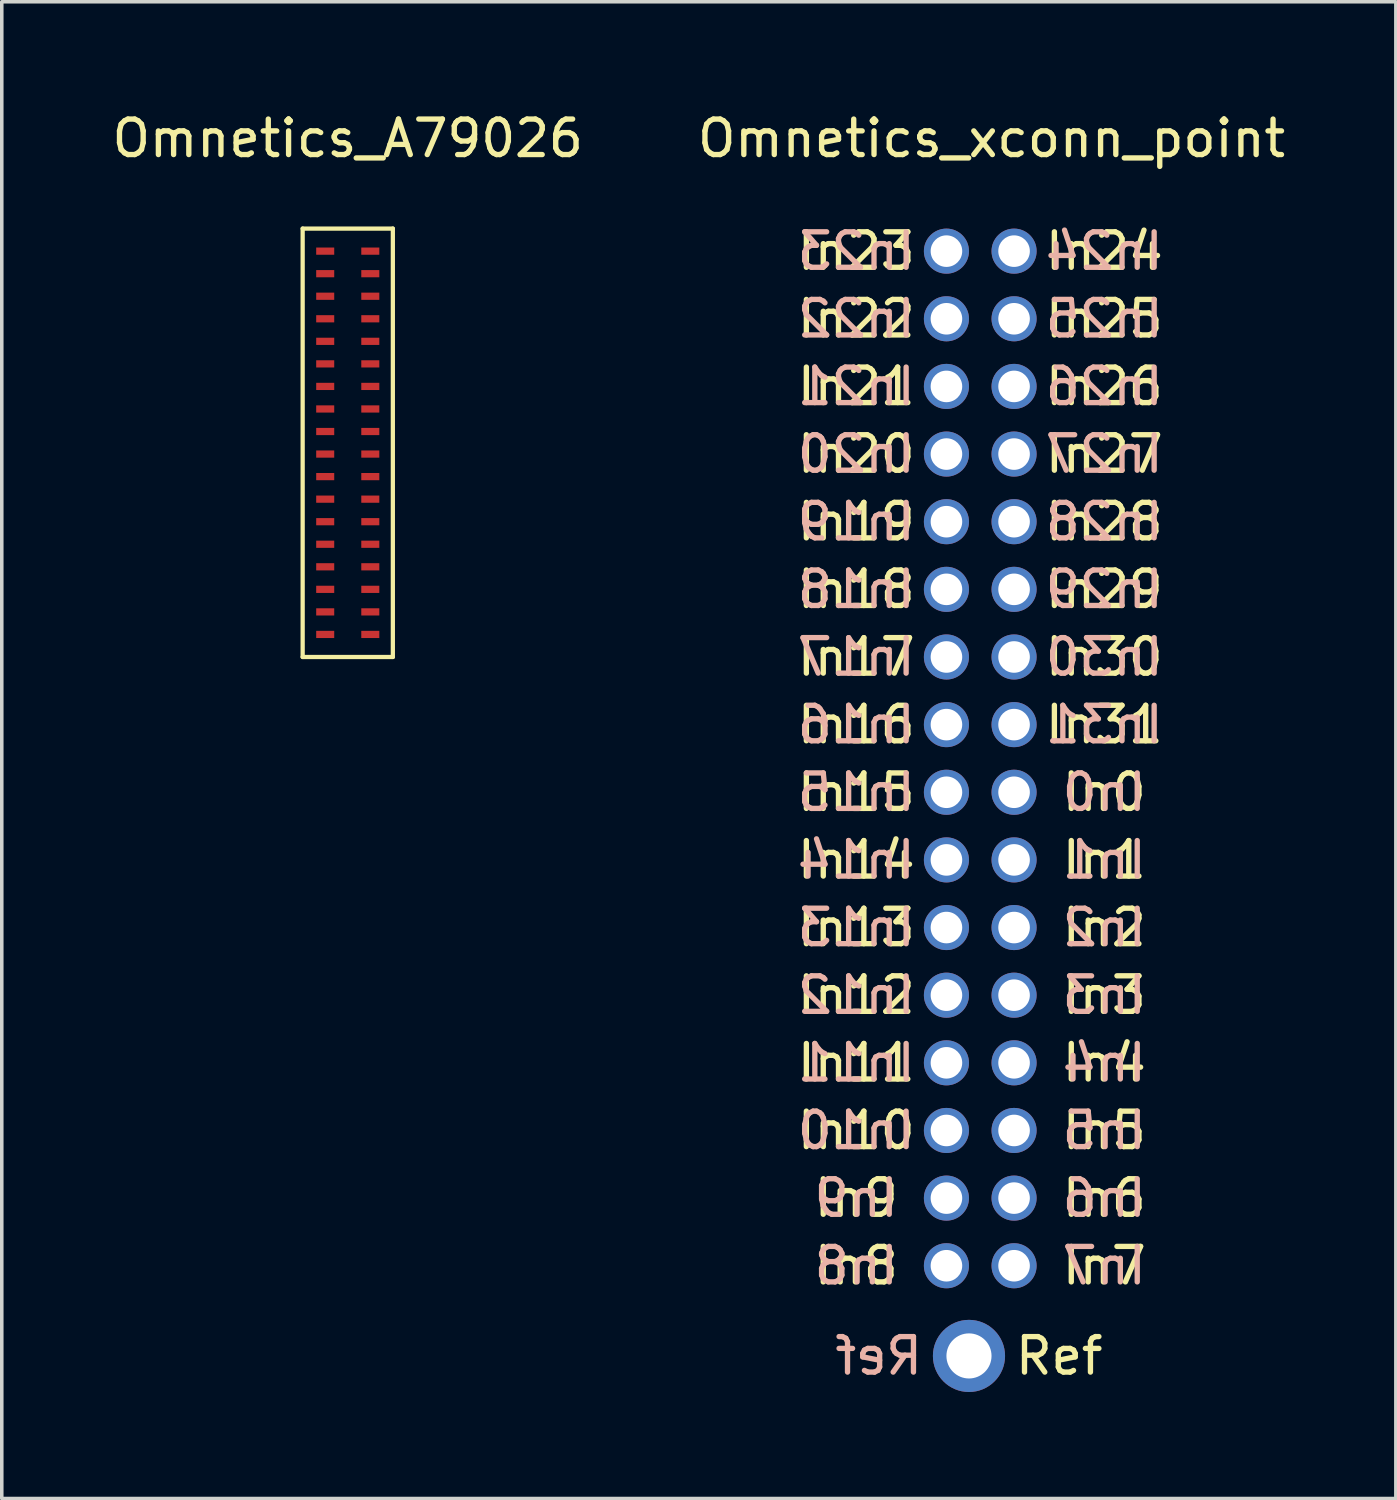
<source format=kicad_pcb>
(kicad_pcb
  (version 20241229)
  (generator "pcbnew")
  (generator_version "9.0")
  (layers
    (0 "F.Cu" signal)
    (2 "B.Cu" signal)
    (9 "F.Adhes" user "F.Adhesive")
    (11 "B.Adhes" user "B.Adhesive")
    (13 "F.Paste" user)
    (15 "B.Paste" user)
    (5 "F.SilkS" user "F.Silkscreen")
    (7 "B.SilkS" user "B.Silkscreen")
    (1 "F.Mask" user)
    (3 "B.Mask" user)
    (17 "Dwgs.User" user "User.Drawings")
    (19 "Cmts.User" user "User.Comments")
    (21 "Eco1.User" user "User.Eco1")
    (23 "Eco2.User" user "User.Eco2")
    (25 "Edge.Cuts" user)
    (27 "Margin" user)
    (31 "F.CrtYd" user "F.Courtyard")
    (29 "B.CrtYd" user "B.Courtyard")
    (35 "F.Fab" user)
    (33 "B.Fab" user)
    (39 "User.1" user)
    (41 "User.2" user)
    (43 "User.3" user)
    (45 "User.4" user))
  (footprint "Omnetics_xconn_point"
    (layer "F.Cu")
    (at 24.24 2.753)
    (property "Reference" "Omnetics_xconn_point" (at 0.635 -1.905 0) (layer "F.SilkS") (effects (font (size 1 1) (thickness 0.15))))
    (attr through_hole)
    (fp_text user "In21" (at -3.175 5.08 0) (layer "F.SilkS") (effects (font (size 1 1) (thickness 0.15))))
    (fp_text user "In29" (at 3.81 10.795 0) (layer "F.SilkS") (effects (font (size 1 1) (thickness 0.15))))
    (fp_text user "In4" (at 3.81 24.13 0) (layer "F.SilkS") (effects (font (size 1 1) (thickness 0.15))))
    (fp_text user "In7" (at 3.81 29.845 0) (layer "F.SilkS") (effects (font (size 1 1) (thickness 0.15))))
    (fp_text user "In19" (at -3.175 8.89 0) (layer "F.SilkS") (effects (font (size 1 1) (thickness 0.15))))
    (fp_text user "In23" (at -3.175 1.27 0) (layer "F.SilkS") (effects (font (size 1 1) (thickness 0.15))))
    (fp_text user "In18" (at -3.175 10.795 0) (layer "F.SilkS") (effects (font (size 1 1) (thickness 0.15))))
    (fp_text user "In24" (at 3.81 1.27 0) (layer "F.SilkS") (effects (font (size 1 1) (thickness 0.15))))
    (fp_text user "In28" (at 3.81 8.89 0) (layer "F.SilkS") (effects (font (size 1 1) (thickness 0.15))))
    (fp_text user "In20" (at -3.175 6.985 0) (layer "F.SilkS") (effects (font (size 1 1) (thickness 0.15))))
    (fp_text user "In14" (at -3.175 18.415 0) (layer "F.SilkS") (effects (font (size 1 1) (thickness 0.15))))
    (fp_text user "In2" (at 3.81 20.32 0) (layer "F.SilkS") (effects (font (size 1 1) (thickness 0.15))))
    (fp_text user "In11" (at -3.175 24.13 0) (layer "F.SilkS") (effects (font (size 1 1) (thickness 0.15))))
    (fp_text user "In16" (at -3.175 14.605 0) (layer "F.SilkS") (effects (font (size 1 1) (thickness 0.15))))
    (fp_text user "In10" (at -3.175 26.035 0) (layer "F.SilkS") (effects (font (size 1 1) (thickness 0.15))))
    (fp_text user "In31" (at 3.81 14.605 0) (layer "F.SilkS") (effects (font (size 1 1) (thickness 0.15))))
    (fp_text user "In0" (at 3.81 16.51 0) (layer "F.SilkS") (effects (font (size 1 1) (thickness 0.15))))
    (fp_text user "In15" (at -3.175 16.51 0) (layer "F.SilkS") (effects (font (size 1 1) (thickness 0.15))))
    (fp_text user "In26" (at 3.81 5.08 0) (layer "F.SilkS") (effects (font (size 1 1) (thickness 0.15))))
    (fp_text user "In27" (at 3.81 6.985 0) (layer "F.SilkS") (effects (font (size 1 1) (thickness 0.15))))
    (fp_text user "In1" (at 3.81 18.415 0) (layer "F.SilkS") (effects (font (size 1 1) (thickness 0.15))))
    (fp_text user "In5" (at 3.81 26.035 0) (layer "F.SilkS") (effects (font (size 1 1) (thickness 0.15))))
    (fp_text user "In22" (at -3.175 3.175 0) (layer "F.SilkS") (effects (font (size 1 1) (thickness 0.15))))
    (fp_text user "In12" (at -3.175 22.225 0) (layer "F.SilkS") (effects (font (size 1 1) (thickness 0.15))))
    (fp_text user "In13" (at -3.175 20.32 0) (layer "F.SilkS") (effects (font (size 1 1) (thickness 0.15))))
    (fp_text user "In17" (at -3.175 12.7 0) (layer "F.SilkS") (effects (font (size 1 1) (thickness 0.15))))
    (fp_text user "In9" (at -3.175 27.94 0) (layer "F.SilkS") (effects (font (size 1 1) (thickness 0.15))))
    (fp_text user "In25" (at 3.81 3.175 0) (layer "F.SilkS") (effects (font (size 1 1) (thickness 0.15))))
    (fp_text user "In6" (at 3.81 27.94 0) (layer "F.SilkS") (effects (font (size 1 1) (thickness 0.15))))
    (fp_text user "In30" (at 3.81 12.7 0) (layer "F.SilkS") (effects (font (size 1 1) (thickness 0.15))))
    (fp_text user "Ref" (at 2.54 32.385 0) (layer "F.SilkS") (effects (font (size 1 1) (thickness 0.15))))
    (fp_text user "In8" (at -3.175 29.845 0) (layer "F.SilkS") (effects (font (size 1 1) (thickness 0.15))))
    (fp_text user "In3" (at 3.81 22.225 0) (layer "F.SilkS") (effects (font (size 1 1) (thickness 0.15))))
    (fp_text user "In19" (at -3.175 8.89 180) (layer "B.SilkS") (effects (font (size 1 1) (thickness 0.15)) (justify mirror)))
    (fp_text user "In7" (at 3.81 29.845 180) (layer "B.SilkS") (effects (font (size 1 1) (thickness 0.15)) (justify mirror)))
    (fp_text user "Ref" (at -2.54 32.385 0) (layer "B.SilkS") (effects (font (size 1 1) (thickness 0.15)) (justify mirror)))
    (fp_text user "In8" (at -3.175 29.845 180) (layer "B.SilkS") (effects (font (size 1 1) (thickness 0.15)) (justify mirror)))
    (fp_text user "In10" (at -3.175 26.035 180) (layer "B.SilkS") (effects (font (size 1 1) (thickness 0.15)) (justify mirror)))
    (fp_text user "In4" (at 3.81 24.13 180) (layer "B.SilkS") (effects (font (size 1 1) (thickness 0.15)) (justify mirror)))
    (fp_text user "In26" (at 3.81 5.08 180) (layer "B.SilkS") (effects (font (size 1 1) (thickness 0.15)) (justify mirror)))
    (fp_text user "In28" (at 3.81 8.89 180) (layer "B.SilkS") (effects (font (size 1 1) (thickness 0.15)) (justify mirror)))
    (fp_text user "In9" (at -3.175 27.94 180) (layer "B.SilkS") (effects (font (size 1 1) (thickness 0.15)) (justify mirror)))
    (fp_text user "In5" (at 3.81 26.035 180) (layer "B.SilkS") (effects (font (size 1 1) (thickness 0.15)) (justify mirror)))
    (fp_text user "In12" (at -3.175 22.225 180) (layer "B.SilkS") (effects (font (size 1 1) (thickness 0.15)) (justify mirror)))
    (fp_text user "In29" (at 3.81 10.795 180) (layer "B.SilkS") (effects (font (size 1 1) (thickness 0.15)) (justify mirror)))
    (fp_text user "In22" (at -3.175 3.175 180) (layer "B.SilkS") (effects (font (size 1 1) (thickness 0.15)) (justify mirror)))
    (fp_text user "In30" (at 3.81 12.7 180) (layer "B.SilkS") (effects (font (size 1 1) (thickness 0.15)) (justify mirror)))
    (fp_text user "In21" (at -3.175 5.08 180) (layer "B.SilkS") (effects (font (size 1 1) (thickness 0.15)) (justify mirror)))
    (fp_text user "In3" (at 3.81 22.225 180) (layer "B.SilkS") (effects (font (size 1 1) (thickness 0.15)) (justify mirror)))
    (fp_text user "In17" (at -3.175 12.7 180) (layer "B.SilkS") (effects (font (size 1 1) (thickness 0.15)) (justify mirror)))
    (fp_text user "In15" (at -3.175 16.51 180) (layer "B.SilkS") (effects (font (size 1 1) (thickness 0.15)) (justify mirror)))
    (fp_text user "In0" (at 3.81 16.51 180) (layer "B.SilkS") (effects (font (size 1 1) (thickness 0.15)) (justify mirror)))
    (fp_text user "In14" (at -3.175 18.415 180) (layer "B.SilkS") (effects (font (size 1 1) (thickness 0.15)) (justify mirror)))
    (fp_text user "In1" (at 3.81 18.415 180) (layer "B.SilkS") (effects (font (size 1 1) (thickness 0.15)) (justify mirror)))
    (fp_text user "In6" (at 3.81 27.94 180) (layer "B.SilkS") (effects (font (size 1 1) (thickness 0.15)) (justify mirror)))
    (fp_text user "In11" (at -3.175 24.13 180) (layer "B.SilkS") (effects (font (size 1 1) (thickness 0.15)) (justify mirror)))
    (fp_text user "In25" (at 3.81 3.175 180) (layer "B.SilkS") (effects (font (size 1 1) (thickness 0.15)) (justify mirror)))
    (fp_text user "In20" (at -3.175 6.985 180) (layer "B.SilkS") (effects (font (size 1 1) (thickness 0.15)) (justify mirror)))
    (fp_text user "In27" (at 3.81 6.985 180) (layer "B.SilkS") (effects (font (size 1 1) (thickness 0.15)) (justify mirror)))
    (fp_text user "In16" (at -3.175 14.605 180) (layer "B.SilkS") (effects (font (size 1 1) (thickness 0.15)) (justify mirror)))
    (fp_text user "In31" (at 3.81 14.605 180) (layer "B.SilkS") (effects (font (size 1 1) (thickness 0.15)) (justify mirror)))
    (fp_text user "In2" (at 3.81 20.32 180) (layer "B.SilkS") (effects (font (size 1 1) (thickness 0.15)) (justify mirror)))
    (fp_text user "In18" (at -3.175 10.795 180) (layer "B.SilkS") (effects (font (size 1 1) (thickness 0.15)) (justify mirror)))
    (fp_text user "In13" (at -3.175 20.32 180) (layer "B.SilkS") (effects (font (size 1 1) (thickness 0.15)) (justify mirror)))
    (fp_text user "In24" (at 3.81 1.27 180) (layer "B.SilkS") (effects (font (size 1 1) (thickness 0.15)) (justify mirror)))
    (fp_text user "In23" (at -3.175 1.27 0) (layer "B.SilkS") (effects (font (size 1 1) (thickness 0.15)) (justify mirror)))
    (pad "1" thru_hole circle (at 1.27 16.51) (size 1.27 1.27) (drill 0.889) (layers "*.Cu" "*.Mask"))
    (pad "2" thru_hole circle (at 1.27 18.415) (size 1.27 1.27) (drill 0.889) (layers "*.Cu" "*.Mask"))
    (pad "3" thru_hole circle (at 1.27 20.32) (size 1.27 1.27) (drill 0.889) (layers "*.Cu" "*.Mask"))
    (pad "4" thru_hole circle (at 1.27 22.225) (size 1.27 1.27) (drill 0.889) (layers "*.Cu" "*.Mask"))
    (pad "5" thru_hole circle (at 1.27 24.13) (size 1.27 1.27) (drill 0.889) (layers "*.Cu" "*.Mask"))
    (pad "6" thru_hole circle (at 1.27 26.035) (size 1.27 1.27) (drill 0.889) (layers "*.Cu" "*.Mask"))
    (pad "7" thru_hole circle (at 1.27 27.94) (size 1.27 1.27) (drill 0.889) (layers "*.Cu" "*.Mask"))
    (pad "8" thru_hole circle (at 1.27 29.845) (size 1.27 1.27) (drill 0.889) (layers "*.Cu" "*.Mask"))
    (pad "9" thru_hole circle (at -0.635 29.845) (size 1.27 1.27) (drill 0.889) (layers "*.Cu" "*.Mask"))
    (pad "10" thru_hole circle (at -0.635 27.94) (size 1.27 1.27) (drill 0.889) (layers "*.Cu" "*.Mask"))
    (pad "11" thru_hole circle (at -0.635 26.035) (size 1.27 1.27) (drill 0.889) (layers "*.Cu" "*.Mask"))
    (pad "12" thru_hole circle (at -0.635 24.13) (size 1.27 1.27) (drill 0.889) (layers "*.Cu" "*.Mask"))
    (pad "13" thru_hole circle (at -0.635 22.225) (size 1.27 1.27) (drill 0.889) (layers "*.Cu" "*.Mask"))
    (pad "14" thru_hole circle (at -0.635 20.32) (size 1.27 1.27) (drill 0.889) (layers "*.Cu" "*.Mask"))
    (pad "15" thru_hole circle (at -0.635 18.415) (size 1.27 1.27) (drill 0.889) (layers "*.Cu" "*.Mask"))
    (pad "16" thru_hole circle (at -0.635 16.51) (size 1.27 1.27) (drill 0.889) (layers "*.Cu" "*.Mask"))
    (pad "17" thru_hole circle (at -0.635 14.605) (size 1.27 1.27) (drill 0.889) (layers "*.Cu" "*.Mask"))
    (pad "18" thru_hole circle (at -0.635 12.7) (size 1.27 1.27) (drill 0.889) (layers "*.Cu" "*.Mask"))
    (pad "19" thru_hole circle (at -0.635 10.795) (size 1.27 1.27) (drill 0.889) (layers "*.Cu" "*.Mask"))
    (pad "20" thru_hole circle (at -0.635 8.89) (size 1.27 1.27) (drill 0.889) (layers "*.Cu" "*.Mask"))
    (pad "21" thru_hole circle (at -0.635 6.985) (size 1.27 1.27) (drill 0.889) (layers "*.Cu" "*.Mask"))
    (pad "22" thru_hole circle (at -0.635 5.08) (size 1.27 1.27) (drill 0.889) (layers "*.Cu" "*.Mask"))
    (pad "23" thru_hole circle (at -0.635 3.175) (size 1.27 1.27) (drill 0.889) (layers "*.Cu" "*.Mask"))
    (pad "24" thru_hole circle (at -0.635 1.27) (size 1.27 1.27) (drill 0.889) (layers "*.Cu" "*.Mask"))
    (pad "25" thru_hole circle (at 1.27 1.27) (size 1.27 1.27) (drill 0.889) (layers "*.Cu" "*.Mask"))
    (pad "26" thru_hole circle (at 1.27 3.175) (size 1.27 1.27) (drill 0.889) (layers "*.Cu" "*.Mask"))
    (pad "27" thru_hole circle (at 1.27 5.08) (size 1.27 1.27) (drill 0.889) (layers "*.Cu" "*.Mask"))
    (pad "28" thru_hole circle (at 1.27 6.985) (size 1.27 1.27) (drill 0.889) (layers "*.Cu" "*.Mask"))
    (pad "29" thru_hole circle (at 1.27 8.89) (size 1.27 1.27) (drill 0.889) (layers "*.Cu" "*.Mask"))
    (pad "30" thru_hole circle (at 1.27 10.795) (size 1.27 1.27) (drill 0.889) (layers "*.Cu" "*.Mask"))
    (pad "31" thru_hole circle (at 1.27 12.7) (size 1.27 1.27) (drill 0.889) (layers "*.Cu" "*.Mask"))
    (pad "32" thru_hole circle (at 1.27 14.605) (size 1.27 1.27) (drill 0.889) (layers "*.Cu" "*.Mask"))
    (pad "33" thru_hole circle (at 0 32.385) (size 2.032 2.032) (drill 1.27) (layers "*.Cu" "*.Mask")))
  (footprint "Omnetics_A79026"
    (layer "F.Cu")
    (at 6.744 3.388)
    (property "Reference" "Omnetics_A79026" (at 0 -2.54 0) (layer "F.SilkS") (effects (font (size 1 1) (thickness 0.15))))
    (attr through_hole)
    (fp_line (start -1.27 0) (end 1.27 0) (stroke (width 0.12) (type solid)) (layer "F.SilkS"))
    (fp_line (start -1.27 12.065) (end -1.27 0) (stroke (width 0.12) (type solid)) (layer "F.SilkS"))
    (fp_line (start 1.27 0) (end 1.27 12.065) (stroke (width 0.12) (type solid)) (layer "F.SilkS"))
    (fp_line (start 1.27 12.065) (end -1.27 12.065) (stroke (width 0.12) (type solid)) (layer "F.SilkS"))
    (pad "1" smd rect (at 0.635 6.35) (size 0.508 0.203) (layers "F.Cu" "F.Mask" "F.Paste"))
    (pad "2" smd rect (at 0.635 6.985) (size 0.508 0.203) (layers "F.Cu" "F.Mask" "F.Paste"))
    (pad "3" smd rect (at 0.635 7.62) (size 0.508 0.203) (layers "F.Cu" "F.Mask" "F.Paste"))
    (pad "4" smd rect (at 0.635 8.255) (size 0.508 0.203) (layers "F.Cu" "F.Mask" "F.Paste"))
    (pad "5" smd rect (at 0.635 8.89) (size 0.508 0.203) (layers "F.Cu" "F.Mask" "F.Paste"))
    (pad "6" smd rect (at 0.635 9.525) (size 0.508 0.203) (layers "F.Cu" "F.Mask" "F.Paste"))
    (pad "7" smd rect (at 0.635 10.16) (size 0.508 0.203) (layers "F.Cu" "F.Mask" "F.Paste"))
    (pad "8" smd rect (at 0.635 10.795 180) (size 0.508 0.203) (layers "F.Cu" "F.Mask" "F.Paste"))
    (pad "9" smd rect (at -0.635 10.795 180) (size 0.508 0.203) (layers "F.Cu" "F.Mask" "F.Paste"))
    (pad "10" smd rect (at -0.635 10.16 180) (size 0.508 0.203) (layers "F.Cu" "F.Mask" "F.Paste"))
    (pad "11" smd rect (at -0.635 9.525 180) (size 0.508 0.203) (layers "F.Cu" "F.Mask" "F.Paste"))
    (pad "12" smd rect (at -0.635 8.89 180) (size 0.508 0.203) (layers "F.Cu" "F.Mask" "F.Paste"))
    (pad "13" smd rect (at -0.635 8.255 180) (size 0.508 0.203) (layers "F.Cu" "F.Mask" "F.Paste"))
    (pad "14" smd rect (at -0.635 7.62 180) (size 0.508 0.203) (layers "F.Cu" "F.Mask" "F.Paste"))
    (pad "15" smd rect (at -0.635 6.985 180) (size 0.508 0.203) (layers "F.Cu" "F.Mask" "F.Paste"))
    (pad "16" smd rect (at -0.635 6.35 180) (size 0.508 0.203) (layers "F.Cu" "F.Mask" "F.Paste"))
    (pad "17" smd rect (at -0.635 5.715 180) (size 0.508 0.203) (layers "F.Cu" "F.Mask" "F.Paste"))
    (pad "18" smd rect (at -0.635 5.08 180) (size 0.508 0.203) (layers "F.Cu" "F.Mask" "F.Paste"))
    (pad "19" smd rect (at -0.635 4.445 180) (size 0.508 0.203) (layers "F.Cu" "F.Mask" "F.Paste"))
    (pad "20" smd rect (at -0.635 3.81 180) (size 0.508 0.203) (layers "F.Cu" "F.Mask" "F.Paste"))
    (pad "21" smd rect (at -0.635 3.175 180) (size 0.508 0.203) (layers "F.Cu" "F.Mask" "F.Paste"))
    (pad "22" smd rect (at -0.635 2.54 180) (size 0.508 0.203) (layers "F.Cu" "F.Mask" "F.Paste"))
    (pad "23" smd rect (at -0.635 1.905 180) (size 0.508 0.203) (layers "F.Cu" "F.Mask" "F.Paste"))
    (pad "24" smd rect (at -0.635 1.27) (size 0.508 0.203) (layers "F.Cu" "F.Mask" "F.Paste"))
    (pad "25" smd rect (at 0.635 1.27) (size 0.508 0.203) (layers "F.Cu" "F.Mask" "F.Paste"))
    (pad "26" smd rect (at 0.635 1.905) (size 0.508 0.203) (layers "F.Cu" "F.Mask" "F.Paste"))
    (pad "27" smd rect (at 0.635 2.54) (size 0.508 0.203) (layers "F.Cu" "F.Mask" "F.Paste"))
    (pad "28" smd rect (at 0.635 3.175) (size 0.508 0.203) (layers "F.Cu" "F.Mask" "F.Paste"))
    (pad "29" smd rect (at 0.635 3.81) (size 0.508 0.203) (layers "F.Cu" "F.Mask" "F.Paste"))
    (pad "30" smd rect (at 0.635 4.445) (size 0.508 0.203) (layers "F.Cu" "F.Mask" "F.Paste"))
    (pad "31" smd rect (at 0.635 5.08) (size 0.508 0.203) (layers "F.Cu" "F.Mask" "F.Paste"))
    (pad "32" smd rect (at 0.635 5.715) (size 0.508 0.203) (layers "F.Cu" "F.Mask" "F.Paste"))
    (pad "33" smd rect (at 0.635 11.43) (size 0.508 0.203) (layers "F.Cu" "F.Mask" "F.Paste"))
    (pad "34" smd rect (at -0.635 11.43) (size 0.508 0.203) (layers "F.Cu" "F.Mask" "F.Paste"))
    (pad "35" smd rect (at -0.635 0.635) (size 0.508 0.203) (layers "F.Cu" "F.Mask" "F.Paste"))
    (pad "36" smd rect (at 0.635 0.635) (size 0.508 0.203) (layers "F.Cu" "F.Mask" "F.Paste")))
  (gr_rect
    (start -3 -3)
    (end 36.262 39.154)
    (stroke (width 0.1) (type default))
    (fill no)
    (layer "Edge.Cuts")))
</source>
